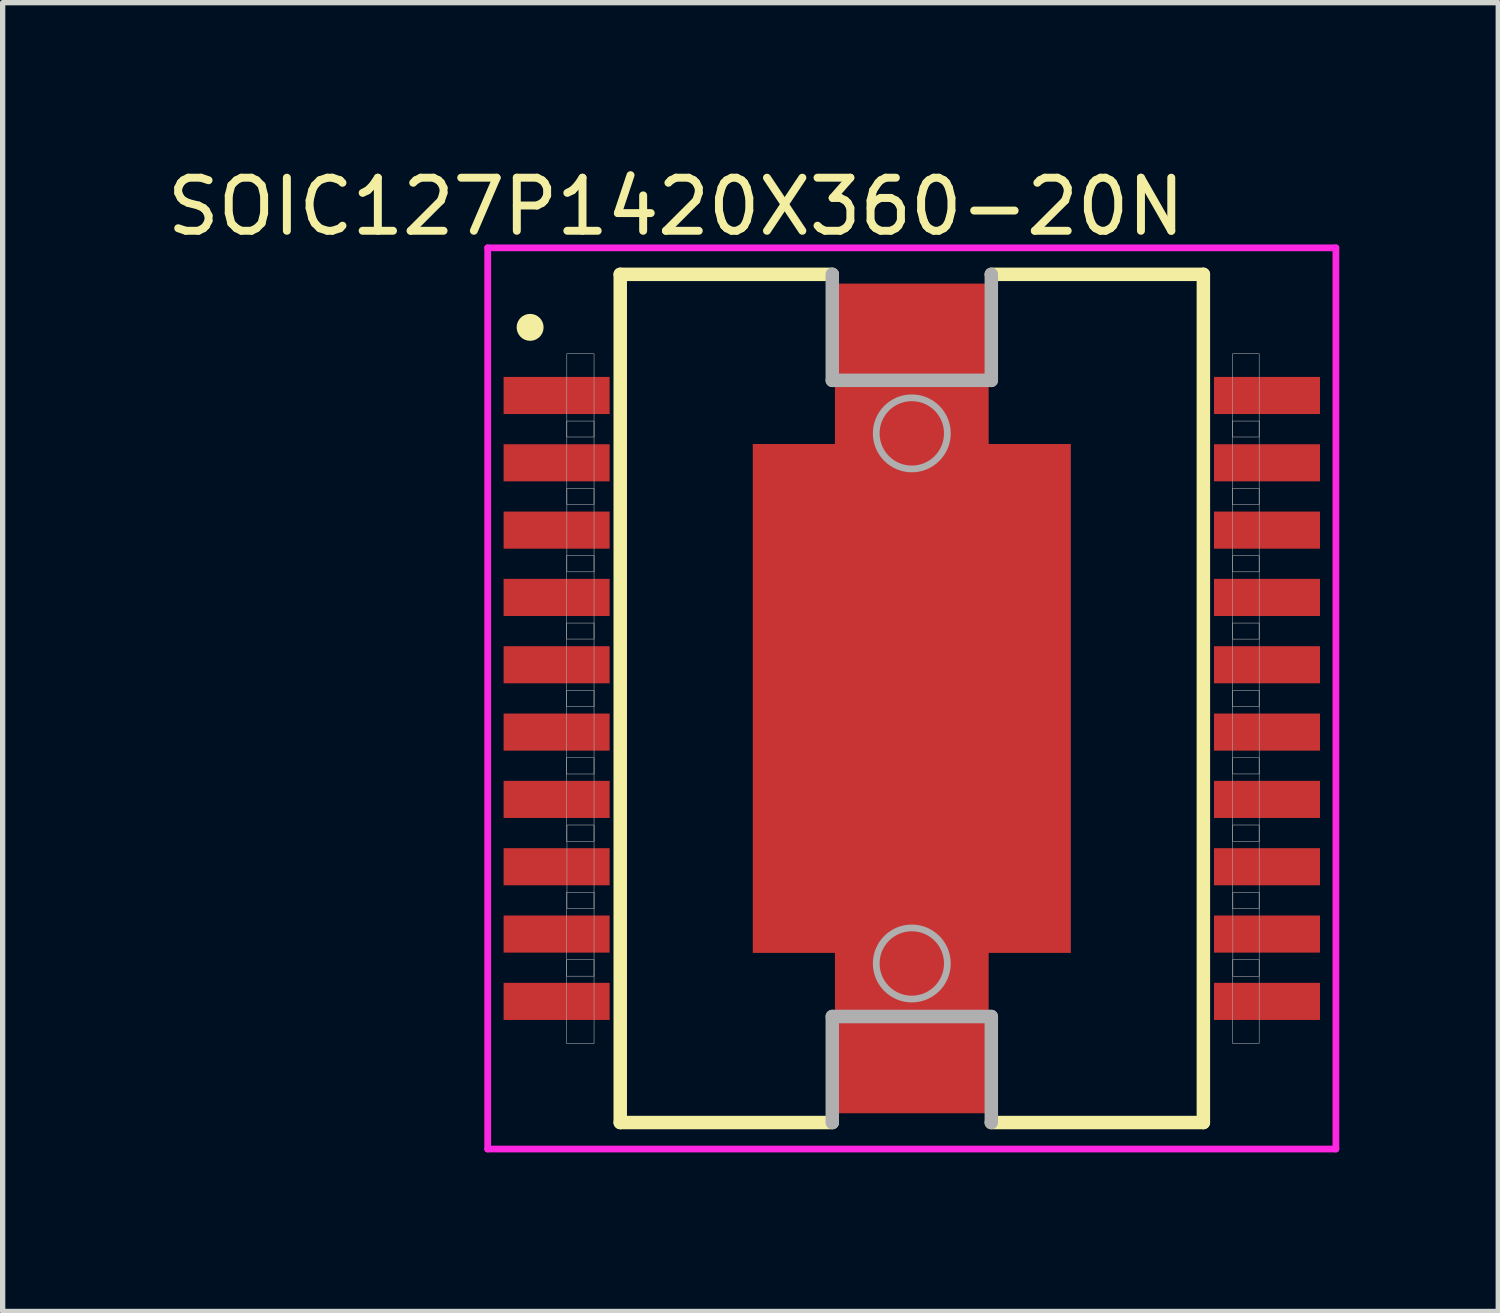
<source format=kicad_pcb>
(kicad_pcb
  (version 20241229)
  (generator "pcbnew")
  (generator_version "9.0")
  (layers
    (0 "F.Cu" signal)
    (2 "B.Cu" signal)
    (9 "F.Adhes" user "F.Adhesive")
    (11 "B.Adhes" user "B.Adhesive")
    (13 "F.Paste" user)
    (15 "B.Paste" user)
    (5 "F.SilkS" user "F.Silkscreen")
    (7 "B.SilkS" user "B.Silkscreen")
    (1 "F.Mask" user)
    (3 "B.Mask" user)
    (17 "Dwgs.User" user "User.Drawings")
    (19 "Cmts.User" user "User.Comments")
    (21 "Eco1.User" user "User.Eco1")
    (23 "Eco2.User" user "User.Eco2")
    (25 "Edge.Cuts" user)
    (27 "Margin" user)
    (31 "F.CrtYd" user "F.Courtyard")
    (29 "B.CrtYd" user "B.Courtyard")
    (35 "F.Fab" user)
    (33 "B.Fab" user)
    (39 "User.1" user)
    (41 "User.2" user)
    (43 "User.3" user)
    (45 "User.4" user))
  (footprint "SOIC127P1420X360-20N"
    (layer "F.Cu")
    (at 14.15 10.125)
    (property "Reference" "SOIC127P1420X360-20N" (at -4.448 -9.277 0) (layer "F.SilkS") (effects (font (size 1.001 1.001) (thickness 0.15))))
    (attr smd)
    (fp_line (start -5.5 8) (end -5.5 -8) (stroke (width 0.254) (type solid)) (layer "F.SilkS"))
    (fp_line (start -1.5 -8) (end -5.5 -8) (stroke (width 0.254) (type solid)) (layer "F.SilkS"))
    (fp_line (start -1.5 8) (end -5.5 8) (stroke (width 0.254) (type solid)) (layer "F.SilkS"))
    (fp_line (start 5.5 -8) (end 1.5 -8) (stroke (width 0.254) (type solid)) (layer "F.SilkS"))
    (fp_line (start 5.5 -8) (end 5.5 8) (stroke (width 0.254) (type solid)) (layer "F.SilkS"))
    (fp_line (start 5.5 8) (end 1.5 8) (stroke (width 0.254) (type solid)) (layer "F.SilkS"))
    (fp_circle (center -7.2 -7) (end -6.946 -7) (stroke (width 0) (type solid)) (fill yes) (layer "F.SilkS"))
    (fp_poly (pts (xy -1.901 -3) (xy 1.9 -3) (xy 1.9 3.001) (xy -1.901 3.001)) (stroke (width 0.01) (type solid)) (fill yes) (layer "F.Paste"))
    (fp_line (start -8 -8.5) (end -8 8.5) (stroke (width 0.127) (type solid)) (layer "F.CrtYd"))
    (fp_line (start -8 8.5) (end 8 8.5) (stroke (width 0.127) (type solid)) (layer "F.CrtYd"))
    (fp_line (start 8 -8.5) (end -8 -8.5) (stroke (width 0.127) (type solid)) (layer "F.CrtYd"))
    (fp_line (start 8 8.5) (end 8 -8.5) (stroke (width 0.127) (type solid)) (layer "F.CrtYd"))
    (fp_line (start -1.5 -6) (end -1.5 -8) (stroke (width 0.254) (type solid)) (layer "F.Fab"))
    (fp_line (start -1.5 -6) (end 1.5 -6) (stroke (width 0.254) (type solid)) (layer "F.Fab"))
    (fp_line (start -1.5 6) (end 1.5 6) (stroke (width 0.254) (type solid)) (layer "F.Fab"))
    (fp_line (start -1.5 8) (end -1.5 6) (stroke (width 0.254) (type solid)) (layer "F.Fab"))
    (fp_line (start 1.5 -6) (end 1.5 -8) (stroke (width 0.254) (type solid)) (layer "F.Fab"))
    (fp_line (start 1.5 8) (end 1.5 6) (stroke (width 0.254) (type solid)) (layer "F.Fab"))
    (fp_circle (center 0 -5) (end 0.671 -5) (stroke (width 0.127) (type solid)) (fill no) (layer "F.Fab"))
    (fp_circle (center 0 5) (end 0.671 5) (stroke (width 0.127) (type solid)) (fill no) (layer "F.Fab"))
    (fp_poly (pts (xy -6.515 -2.692) (xy -5.994 -2.692) (xy -5.994 -1.12) (xy -6.515 -1.12)) (stroke (width 0.01) (type solid)) (fill no) (layer "F.Fab"))
    (fp_poly (pts (xy -6.514 -1.422) (xy -5.994 -1.422) (xy -5.994 0.153) (xy -6.514 0.153)) (stroke (width 0.01) (type solid)) (fill no) (layer "F.Fab"))
    (fp_poly (pts (xy -6.514 -0.152) (xy -5.994 -0.152) (xy -5.994 1.425) (xy -6.514 1.425)) (stroke (width 0.01) (type solid)) (fill no) (layer "F.Fab"))
    (fp_poly (pts (xy -6.513 1.118) (xy -5.994 1.118) (xy -5.994 2.697) (xy -6.513 2.697)) (stroke (width 0.01) (type solid)) (fill no) (layer "F.Fab"))
    (fp_poly (pts (xy -6.512 3.658) (xy -5.994 3.658) (xy -5.994 5.24) (xy -6.512 5.24)) (stroke (width 0.01) (type solid)) (fill no) (layer "F.Fab"))
    (fp_poly (pts (xy -6.511 4.928) (xy -5.994 4.928) (xy -5.994 6.511) (xy -6.511 6.511)) (stroke (width 0.01) (type solid)) (fill no) (layer "F.Fab"))
    (fp_poly (pts (xy -6.508 -5.232) (xy -5.994 -5.232) (xy -5.994 -3.661) (xy -6.508 -3.661)) (stroke (width 0.01) (type solid)) (fill no) (layer "F.Fab"))
    (fp_poly (pts (xy -6.508 -6.502) (xy -5.994 -6.502) (xy -5.994 -4.932) (xy -6.508 -4.932)) (stroke (width 0.01) (type solid)) (fill no) (layer "F.Fab"))
    (fp_poly (pts (xy -6.507 -3.962) (xy -5.994 -3.962) (xy -5.994 -2.389) (xy -6.507 -2.389)) (stroke (width 0.01) (type solid)) (fill no) (layer "F.Fab"))
    (fp_poly (pts (xy -6.505 2.388) (xy -5.994 2.388) (xy -5.994 3.964) (xy -6.505 3.964)) (stroke (width 0.01) (type solid)) (fill no) (layer "F.Fab"))
    (fp_poly (pts (xy 6.046 -5.232) (xy 6.553 -5.232) (xy 6.553 -3.658) (xy 6.046 -3.658)) (stroke (width 0.01) (type solid)) (fill no) (layer "F.Fab"))
    (fp_poly (pts (xy 6.048 2.388) (xy 6.553 2.388) (xy 6.553 3.964) (xy 6.048 3.964)) (stroke (width 0.01) (type solid)) (fill no) (layer "F.Fab"))
    (fp_poly (pts (xy 6.048 -3.962) (xy 6.553 -3.962) (xy 6.553 -2.389) (xy 6.048 -2.389)) (stroke (width 0.01) (type solid)) (fill no) (layer "F.Fab"))
    (fp_poly (pts (xy 6.048 -1.422) (xy 6.553 -1.422) (xy 6.553 0.152) (xy 6.048 0.152)) (stroke (width 0.01) (type solid)) (fill no) (layer "F.Fab"))
    (fp_poly (pts (xy 6.049 -2.692) (xy 6.553 -2.692) (xy 6.553 -1.118) (xy 6.049 -1.118)) (stroke (width 0.01) (type solid)) (fill no) (layer "F.Fab"))
    (fp_poly (pts (xy 6.05 4.928) (xy 6.553 4.928) (xy 6.553 6.507) (xy 6.05 6.507)) (stroke (width 0.01) (type solid)) (fill no) (layer "F.Fab"))
    (fp_poly (pts (xy 6.051 -6.502) (xy 6.553 -6.502) (xy 6.553 -4.932) (xy 6.051 -4.932)) (stroke (width 0.01) (type solid)) (fill no) (layer "F.Fab"))
    (fp_poly (pts (xy 6.051 1.118) (xy 6.553 1.118) (xy 6.553 2.695) (xy 6.051 2.695)) (stroke (width 0.01) (type solid)) (fill no) (layer "F.Fab"))
    (fp_poly (pts (xy 6.053 -0.152) (xy 6.553 -0.152) (xy 6.553 1.424) (xy 6.053 1.424)) (stroke (width 0.01) (type solid)) (fill no) (layer "F.Fab"))
    (fp_poly (pts (xy 6.056 3.658) (xy 6.553 3.658) (xy 6.553 5.242) (xy 6.056 5.242)) (stroke (width 0.01) (type solid)) (fill no) (layer "F.Fab"))
    (pad "1" smd rect (at -6.7 -5.715) (size 2 0.7) (layers "F.Cu" "F.Mask" "F.Paste"))
    (pad "2" smd rect (at -6.7 -4.445) (size 2 0.7) (layers "F.Cu" "F.Mask" "F.Paste"))
    (pad "3" smd rect (at -6.7 -3.175) (size 2 0.7) (layers "F.Cu" "F.Mask" "F.Paste"))
    (pad "4" smd rect (at -6.7 -1.905) (size 2 0.7) (layers "F.Cu" "F.Mask" "F.Paste"))
    (pad "5" smd rect (at -6.7 -0.635) (size 2 0.7) (layers "F.Cu" "F.Mask" "F.Paste"))
    (pad "6" smd rect (at -6.7 0.635) (size 2 0.7) (layers "F.Cu" "F.Mask" "F.Paste"))
    (pad "7" smd rect (at -6.7 1.905) (size 2 0.7) (layers "F.Cu" "F.Mask" "F.Paste"))
    (pad "8" smd rect (at -6.7 3.175) (size 2 0.7) (layers "F.Cu" "F.Mask" "F.Paste"))
    (pad "9" smd rect (at -6.7 4.445) (size 2 0.7) (layers "F.Cu" "F.Mask" "F.Paste"))
    (pad "10" smd rect (at -6.7 5.715) (size 2 0.7) (layers "F.Cu" "F.Mask" "F.Paste"))
    (pad "11" smd rect (at 6.7 5.715) (size 2 0.7) (layers "F.Cu" "F.Mask" "F.Paste"))
    (pad "12" smd rect (at 6.7 4.445) (size 2 0.7) (layers "F.Cu" "F.Mask" "F.Paste"))
    (pad "13" smd rect (at 6.7 3.175) (size 2 0.7) (layers "F.Cu" "F.Mask" "F.Paste"))
    (pad "14" smd rect (at 6.7 1.905) (size 2 0.7) (layers "F.Cu" "F.Mask" "F.Paste"))
    (pad "15" smd rect (at 6.7 0.635) (size 2 0.7) (layers "F.Cu" "F.Mask" "F.Paste"))
    (pad "16" smd rect (at 6.7 -0.635) (size 2 0.7) (layers "F.Cu" "F.Mask" "F.Paste"))
    (pad "17" smd rect (at 6.7 -1.905) (size 2 0.7) (layers "F.Cu" "F.Mask" "F.Paste"))
    (pad "18" smd rect (at 6.7 -3.175) (size 2 0.7) (layers "F.Cu" "F.Mask" "F.Paste"))
    (pad "19" smd rect (at 6.7 -4.445) (size 2 0.7) (layers "F.Cu" "F.Mask" "F.Paste"))
    (pad "20" smd rect (at 6.7 -5.715) (size 2 0.7) (layers "F.Cu" "F.Mask" "F.Paste"))
    (pad "21" smd rect (at 0 0 270) (size 9.6 6) (layers "F.Cu" "F.Mask"))
    (pad "22" smd rect (at 0 -6.3 90) (size 3.05 2.9) (layers "F.Cu" "F.Mask"))
    (pad "23" smd rect (at 0 6.3 90) (size 3.05 2.9) (layers "F.Cu" "F.Mask")))
  (gr_rect
    (start -3 -3)
    (end 25.213 21.689)
    (stroke (width 0.1) (type default))
    (fill no)
    (layer "Edge.Cuts")))
</source>
